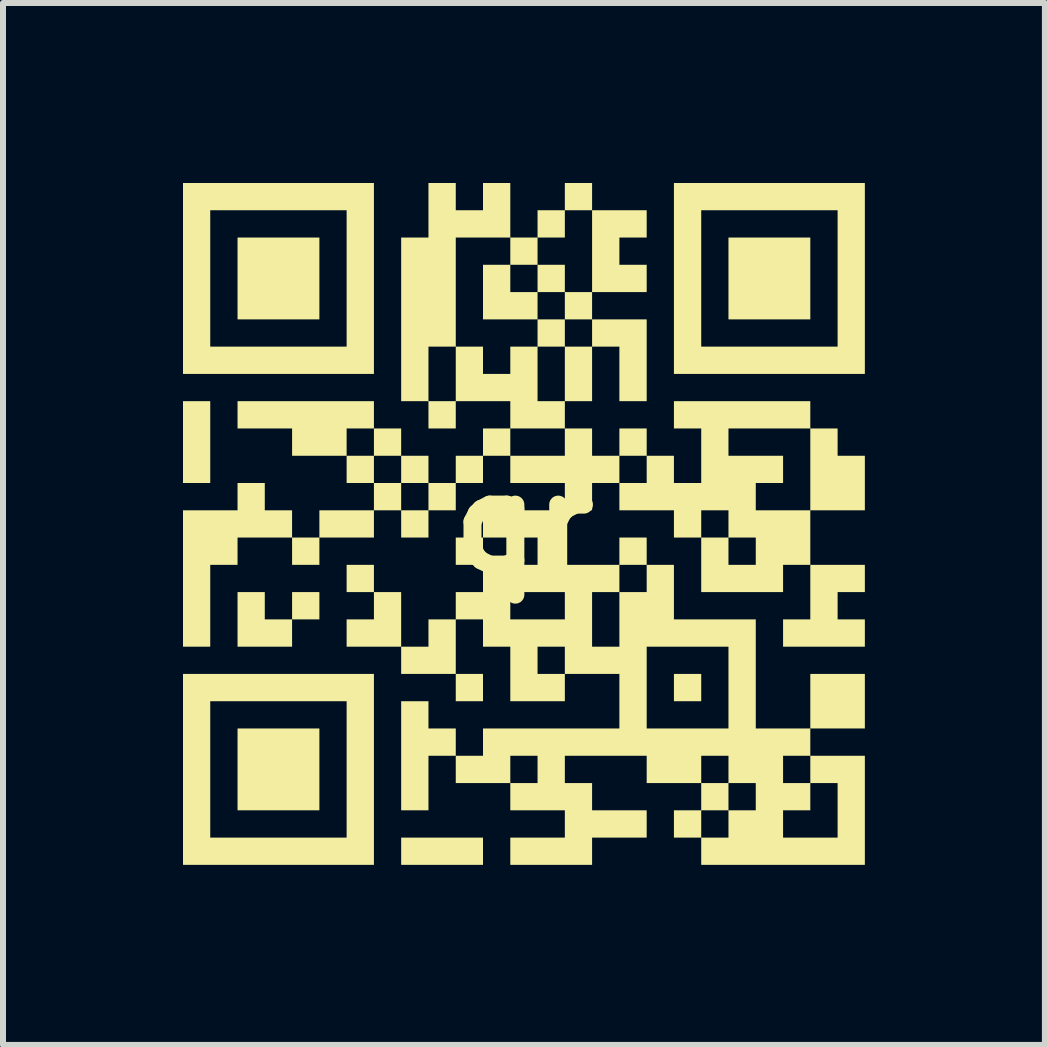
<source format=kicad_pcb>
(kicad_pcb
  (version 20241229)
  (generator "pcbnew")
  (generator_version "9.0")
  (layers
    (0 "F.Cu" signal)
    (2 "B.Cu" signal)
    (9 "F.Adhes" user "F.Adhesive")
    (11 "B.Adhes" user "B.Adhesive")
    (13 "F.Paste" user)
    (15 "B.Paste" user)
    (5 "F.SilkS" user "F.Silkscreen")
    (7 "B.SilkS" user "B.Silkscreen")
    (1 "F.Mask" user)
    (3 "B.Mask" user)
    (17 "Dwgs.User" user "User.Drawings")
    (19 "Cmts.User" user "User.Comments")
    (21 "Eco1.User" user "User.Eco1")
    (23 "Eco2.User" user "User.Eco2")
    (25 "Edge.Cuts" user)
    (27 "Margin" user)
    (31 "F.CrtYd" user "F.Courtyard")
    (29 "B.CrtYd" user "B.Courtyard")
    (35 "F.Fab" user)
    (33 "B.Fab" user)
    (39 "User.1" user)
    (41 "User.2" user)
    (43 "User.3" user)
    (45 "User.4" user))
  (footprint "qr"
    (layer "F.Cu")
    (at 5.682 5.682)
    (property "Reference" "qr" (at 0 0 0) (layer "F.SilkS") (effects (font (size 1.5 1.5) (thickness 0.3))))
    (attr board_only exclude_from_pos_files exclude_from_bom)
    (fp_poly (pts (xy -5.228 -1.364) (xy -5.228 -0.682) (xy -5.455 -0.682) (xy -5.682 -0.682) (xy -5.682 -1.364) (xy -5.682 -2.046) (xy -5.455 -2.046) (xy -5.228 -2.046)) (stroke (width 0) (type solid)) (fill yes) (layer "F.SilkS"))
    (fp_poly (pts (xy -3.409 -4.091) (xy -3.409 -3.409) (xy -4.091 -3.409) (xy -4.773 -3.409) (xy -4.773 -4.091) (xy -4.773 -4.773) (xy -4.091 -4.773) (xy -3.409 -4.773)) (stroke (width 0) (type solid)) (fill yes) (layer "F.SilkS"))
    (fp_poly (pts (xy -3.409 4.091) (xy -3.409 4.773) (xy -4.091 4.773) (xy -4.773 4.773) (xy -4.773 4.091) (xy -4.773 3.409) (xy -4.091 3.409) (xy -3.409 3.409)) (stroke (width 0) (type solid)) (fill yes) (layer "F.SilkS"))
    (fp_poly (pts (xy -2.5 0.909) (xy -2.5 1.136) (xy -2.728 1.136) (xy -2.955 1.136) (xy -2.955 0.909) (xy -2.955 0.682) (xy -2.728 0.682) (xy -2.5 0.682)) (stroke (width 0) (type solid)) (fill yes) (layer "F.SilkS"))
    (fp_poly (pts (xy -0.682 2.728) (xy -0.682 2.955) (xy -0.909 2.955) (xy -1.136 2.955) (xy -1.136 2.728) (xy -1.136 2.5) (xy -0.909 2.5) (xy -0.682 2.5)) (stroke (width 0) (type solid)) (fill yes) (layer "F.SilkS"))
    (fp_poly (pts (xy -0.682 5.455) (xy -0.682 5.682) (xy -1.364 5.682) (xy -2.046 5.682) (xy -2.046 5.455) (xy -2.046 5.228) (xy -1.364 5.228) (xy -0.682 5.228)) (stroke (width 0) (type solid)) (fill yes) (layer "F.SilkS"))
    (fp_poly (pts (xy 0.682 -3.182) (xy 0.682 -2.955) (xy 0.455 -2.955) (xy 0.227 -2.955) (xy 0.227 -3.182) (xy 0.227 -3.409) (xy 0.455 -3.409) (xy 0.682 -3.409)) (stroke (width 0) (type solid)) (fill yes) (layer "F.SilkS"))
    (fp_poly (pts (xy 2.955 2.728) (xy 2.955 2.955) (xy 2.728 2.955) (xy 2.5 2.955) (xy 2.5 2.728) (xy 2.5 2.5) (xy 2.728 2.5) (xy 2.955 2.5)) (stroke (width 0) (type solid)) (fill yes) (layer "F.SilkS"))
    (fp_poly (pts (xy 4.773 -4.091) (xy 4.773 -3.409) (xy 4.091 -3.409) (xy 3.409 -3.409) (xy 3.409 -4.091) (xy 3.409 -4.773) (xy 4.091 -4.773) (xy 4.773 -4.773)) (stroke (width 0) (type solid)) (fill yes) (layer "F.SilkS"))
    (fp_poly (pts (xy -2.5 -4.091) (xy -2.5 -2.5) (xy -4.091 -2.5) (xy -5.682 -2.5) (xy -5.682 -4.091) (xy -5.228 -4.091) (xy -5.228 -2.955) (xy -4.091 -2.955) (xy -2.955 -2.955) (xy -2.955 -4.091) (xy -2.955 -5.228) (xy -4.091 -5.228) (xy -5.228 -5.228) (xy -5.228 -4.091) (xy -5.682 -4.091) (xy -5.682 -5.682) (xy -4.091 -5.682) (xy -2.5 -5.682)) (stroke (width 0) (type solid)) (fill yes) (layer "F.SilkS"))
    (fp_poly (pts (xy -2.5 4.091) (xy -2.5 5.682) (xy -4.091 5.682) (xy -5.682 5.682) (xy -5.682 4.091) (xy -5.228 4.091) (xy -5.228 5.228) (xy -4.091 5.228) (xy -2.955 5.228) (xy -2.955 4.091) (xy -2.955 2.955) (xy -4.091 2.955) (xy -5.228 2.955) (xy -5.228 4.091) (xy -5.682 4.091) (xy -5.682 2.5) (xy -4.091 2.5) (xy -2.5 2.5)) (stroke (width 0) (type solid)) (fill yes) (layer "F.SilkS"))
    (fp_poly (pts (xy 5.682 -4.091) (xy 5.682 -2.5) (xy 4.091 -2.5) (xy 2.5 -2.5) (xy 2.5 -4.091) (xy 2.955 -4.091) (xy 2.955 -2.955) (xy 4.091 -2.955) (xy 5.228 -2.955) (xy 5.228 -4.091) (xy 5.228 -5.228) (xy 4.091 -5.228) (xy 2.955 -5.228) (xy 2.955 -4.091) (xy 2.5 -4.091) (xy 2.5 -5.682) (xy 4.091 -5.682) (xy 5.682 -5.682)) (stroke (width 0) (type solid)) (fill yes) (layer "F.SilkS"))
    (fp_poly (pts (xy -4.319 1.364) (xy -4.319 1.591) (xy -4.091 1.591) (xy -3.864 1.591) (xy -3.864 1.364) (xy -3.864 1.136) (xy -3.637 1.136) (xy -3.409 1.136) (xy -3.409 1.364) (xy -3.409 1.591) (xy -3.637 1.591) (xy -3.864 1.591) (xy -3.864 1.818) (xy -3.864 2.046) (xy -4.319 2.046) (xy -4.773 2.046) (xy -4.773 1.591) (xy -4.773 1.136) (xy -4.546 1.136) (xy -4.319 1.136)) (stroke (width 0) (type solid)) (fill yes) (layer "F.SilkS"))
    (fp_poly (pts (xy -0.227 -4.091) (xy -0.227 -3.864) (xy 0 -3.864) (xy 0.227 -3.864) (xy 0.227 -4.091) (xy 0.227 -4.319) (xy 0.455 -4.319) (xy 0.682 -4.319) (xy 0.682 -4.091) (xy 0.682 -3.864) (xy 0.455 -3.864) (xy 0.227 -3.864) (xy 0.227 -3.637) (xy 0.227 -3.409) (xy -0.227 -3.409) (xy -0.682 -3.409) (xy -0.682 -3.864) (xy -0.682 -4.319) (xy -0.455 -4.319) (xy -0.227 -4.319)) (stroke (width 0) (type solid)) (fill yes) (layer "F.SilkS"))
    (fp_poly (pts (xy 5.682 0.909) (xy 5.682 1.136) (xy 5.455 1.136) (xy 5.228 1.136) (xy 5.228 1.364) (xy 5.228 1.591) (xy 5.455 1.591) (xy 5.682 1.591) (xy 5.682 1.818) (xy 5.682 2.046) (xy 5 2.046) (xy 4.319 2.046) (xy 4.319 1.818) (xy 4.319 1.591) (xy 4.546 1.591) (xy 4.773 1.591) (xy 4.773 1.136) (xy 4.773 0.682) (xy 5.228 0.682) (xy 5.682 0.682)) (stroke (width 0) (type solid)) (fill yes) (layer "F.SilkS"))
    (fp_poly (pts (xy 2.046 -5) (xy 2.046 -4.773) (xy 1.818 -4.773) (xy 1.591 -4.773) (xy 1.591 -4.546) (xy 1.591 -4.319) (xy 1.818 -4.319) (xy 2.046 -4.319) (xy 2.046 -4.091) (xy 2.046 -3.864) (xy 1.591 -3.864) (xy 1.136 -3.864) (xy 1.136 -3.637) (xy 1.136 -3.409) (xy 0.909 -3.409) (xy 0.682 -3.409) (xy 0.682 -3.637) (xy 0.682 -3.864) (xy 0.909 -3.864) (xy 1.136 -3.864) (xy 1.136 -4.546) (xy 1.136 -5.228) (xy 1.591 -5.228) (xy 2.046 -5.228)) (stroke (width 0) (type solid)) (fill yes) (layer "F.SilkS"))
    (fp_poly (pts (xy -1.136 -5.455) (xy -1.136 -5.228) (xy -0.909 -5.228) (xy -0.682 -5.228) (xy -0.682 -5.455) (xy -0.682 -5.682) (xy -0.455 -5.682) (xy -0.227 -5.682) (xy -0.227 -5.228) (xy -0.227 -4.773) (xy 0 -4.773) (xy 0.227 -4.773) (xy 0.227 -5) (xy 0.227 -5.228) (xy 0.455 -5.228) (xy 0.682 -5.228) (xy 0.682 -5.455) (xy 0.682 -5.682) (xy 0.909 -5.682) (xy 1.136 -5.682) (xy 1.136 -5.455) (xy 1.136 -5.228) (xy 0.909 -5.228) (xy 0.682 -5.228) (xy 0.682 -5) (xy 0.682 -4.773) (xy 0.455 -4.773) (xy 0.227 -4.773) (xy 0.227 -4.546) (xy 0.227 -4.319) (xy 0 -4.319) (xy -0.227 -4.319) (xy -0.227 -4.546) (xy -0.227 -4.773) (xy -0.682 -4.773) (xy -1.136 -4.773) (xy -1.136 -3.864) (xy -1.136 -2.955) (xy -1.364 -2.955) (xy -1.591 -2.955) (xy -1.591 -2.5) (xy -1.591 -2.046) (xy -1.364 -2.046) (xy -1.136 -2.046) (xy -1.136 -2.5) (xy -1.136 -2.955) (xy -0.909 -2.955) (xy -0.682 -2.955) (xy -0.682 -2.728) (xy -0.682 -2.5) (xy -0.455 -2.5) (xy -0.227 -2.5) (xy -0.227 -2.728) (xy -0.227 -2.955) (xy 0 -2.955) (xy 0.227 -2.955) (xy 0.227 -2.5) (xy 0.227 -2.046) (xy 0.455 -2.046) (xy 0.682 -2.046) (xy 0.682 -2.5) (xy 0.682 -2.955) (xy 0.909 -2.955) (xy 1.136 -2.955) (xy 1.136 -3.182) (xy 1.136 -3.409) (xy 1.591 -3.409) (xy 2.046 -3.409) (xy 2.046 -2.728) (xy 2.046 -2.046) (xy 1.818 -2.046) (xy 1.591 -2.046) (xy 1.591 -2.5) (xy 1.591 -2.955) (xy 1.364 -2.955) (xy 1.136 -2.955) (xy 1.136 -2.5) (xy 1.136 -2.046) (xy 0.909 -2.046) (xy 0.682 -2.046) (xy 0.682 -1.818) (xy 0.682 -1.591) (xy 0.227 -1.591) (xy -0.227 -1.591) (xy -0.227 -1.364) (xy -0.227 -1.136) (xy 0.227 -1.136) (xy 0.682 -1.136) (xy 0.682 -1.364) (xy 0.682 -1.591) (xy 0.909 -1.591) (xy 1.136 -1.591) (xy 1.136 -1.364) (xy 1.136 -1.136) (xy 1.364 -1.136) (xy 1.591 -1.136) (xy 1.591 -1.364) (xy 1.591 -1.591) (xy 1.818 -1.591) (xy 2.046 -1.591) (xy 2.046 -1.364) (xy 2.046 -1.136) (xy 1.818 -1.136) (xy 1.591 -1.136) (xy 1.591 -0.909) (xy 1.591 -0.682) (xy 1.818 -0.682) (xy 2.046 -0.682) (xy 2.046 -0.909) (xy 2.046 -1.136) (xy 2.273 -1.136) (xy 2.5 -1.136) (xy 2.5 -0.909) (xy 2.5 -0.682) (xy 2.728 -0.682) (xy 2.955 -0.682) (xy 2.955 -1.136) (xy 2.955 -1.591) (xy 2.728 -1.591) (xy 2.5 -1.591) (xy 2.5 -1.818) (xy 2.5 -2.046) (xy 3.637 -2.046) (xy 4.773 -2.046) (xy 4.773 -1.818) (xy 4.773 -1.591) (xy 4.091 -1.591) (xy 3.409 -1.591) (xy 3.409 -1.364) (xy 3.409 -1.136) (xy 3.864 -1.136) (xy 4.319 -1.136) (xy 4.319 -0.909) (xy 4.319 -0.682) (xy 4.091 -0.682) (xy 3.864 -0.682) (xy 3.864 -0.455) (xy 3.864 -0.227) (xy 4.319 -0.227) (xy 4.773 -0.227) (xy 4.773 -0.909) (xy 4.773 -1.591) (xy 5 -1.591) (xy 5.228 -1.591) (xy 5.228 -1.364) (xy 5.228 -1.136) (xy 5.455 -1.136) (xy 5.682 -1.136) (xy 5.682 -0.682) (xy 5.682 -0.227) (xy 5.228 -0.227) (xy 4.773 -0.227) (xy 4.773 0.227) (xy 4.773 0.682) (xy 4.546 0.682) (xy 4.319 0.682) (xy 4.319 0.909) (xy 4.319 1.136) (xy 3.637 1.136) (xy 2.955 1.136) (xy 2.955 0.682) (xy 2.955 0.455) (xy 3.409 0.455) (xy 3.409 0.682) (xy 3.637 0.682) (xy 3.864 0.682) (xy 3.864 0.455) (xy 3.864 0.227) (xy 3.637 0.227) (xy 3.409 0.227) (xy 3.409 0.455) (xy 2.955 0.455) (xy 2.955 0.227) (xy 2.728 0.227) (xy 2.5 0.227) (xy 2.5 0) (xy 2.955 0) (xy 2.955 0.227) (xy 3.182 0.227) (xy 3.409 0.227) (xy 3.409 0) (xy 3.409 -0.227) (xy 3.182 -0.227) (xy 2.955 -0.227) (xy 2.955 0) (xy 2.5 0) (xy 2.5 -0.227) (xy 2.046 -0.227) (xy 1.591 -0.227) (xy 1.591 -0.455) (xy 1.591 -0.682) (xy 1.364 -0.682) (xy 1.136 -0.682) (xy 1.136 -0.455) (xy 1.136 -0.227) (xy 0.909 -0.227) (xy 0.682 -0.227) (xy 0.682 0.227) (xy 0.682 0.682) (xy 1.136 0.682) (xy 1.591 0.682) (xy 1.591 0.455) (xy 1.591 0.227) (xy 1.818 0.227) (xy 2.046 0.227) (xy 2.046 0.455) (xy 2.046 0.682) (xy 1.818 0.682) (xy 1.591 0.682) (xy 1.591 0.909) (xy 1.591 1.136) (xy 1.364 1.136) (xy 1.136 1.136) (xy 1.136 1.591) (xy 1.136 2.046) (xy 1.364 2.046) (xy 1.591 2.046) (xy 1.591 1.591) (xy 1.591 1.136) (xy 1.818 1.136) (xy 2.046 1.136) (xy 2.046 0.909) (xy 2.046 0.682) (xy 2.273 0.682) (xy 2.5 0.682) (xy 2.5 1.136) (xy 2.5 1.591) (xy 3.182 1.591) (xy 3.864 1.591) (xy 3.864 2.5) (xy 3.864 3.409) (xy 4.319 3.409) (xy 4.773 3.409) (xy 4.773 2.955) (xy 4.773 2.5) (xy 5.228 2.5) (xy 5.682 2.5) (xy 5.682 2.955) (xy 5.682 3.409) (xy 5.228 3.409) (xy 4.773 3.409) (xy 4.773 3.637) (xy 4.773 3.864) (xy 4.546 3.864) (xy 4.319 3.864) (xy 4.319 4.091) (xy 4.319 4.319) (xy 4.546 4.319) (xy 4.773 4.319) (xy 4.773 4.091) (xy 4.773 3.864) (xy 5.228 3.864) (xy 5.682 3.864) (xy 5.682 4.773) (xy 5.682 5.682) (xy 4.319 5.682) (xy 2.955 5.682) (xy 2.955 5.455) (xy 2.955 5.228) (xy 2.728 5.228) (xy 2.5 5.228) (xy 2.5 5) (xy 2.5 4.773) (xy 2.728 4.773) (xy 2.955 4.773) (xy 2.955 5) (xy 2.955 5.228) (xy 3.182 5.228) (xy 3.409 5.228) (xy 3.409 5) (xy 3.409 4.773) (xy 3.637 4.773) (xy 3.864 4.773) (xy 4.319 4.773) (xy 4.319 5) (xy 4.319 5.228) (xy 4.773 5.228) (xy 5.228 5.228) (xy 5.228 4.773) (xy 5.228 4.319) (xy 5 4.319) (xy 4.773 4.319) (xy 4.773 4.546) (xy 4.773 4.773) (xy 4.546 4.773) (xy 4.319 4.773) (xy 3.864 4.773) (xy 3.864 4.546) (xy 3.864 4.319) (xy 3.637 4.319) (xy 3.409 4.319) (xy 3.409 4.546) (xy 3.409 4.773) (xy 3.182 4.773) (xy 2.955 4.773) (xy 2.955 4.546) (xy 2.955 4.319) (xy 2.5 4.319) (xy 2.046 4.319) (xy 2.046 4.091) (xy 2.955 4.091) (xy 2.955 4.319) (xy 3.182 4.319) (xy 3.409 4.319) (xy 3.409 4.091) (xy 3.409 3.864) (xy 3.182 3.864) (xy 2.955 3.864) (xy 2.955 4.091) (xy 2.046 4.091) (xy 2.046 3.864) (xy 1.364 3.864) (xy 0.682 3.864) (xy 0.682 4.091) (xy 0.682 4.319) (xy 0.909 4.319) (xy 1.136 4.319) (xy 1.136 4.546) (xy 1.136 4.773) (xy 1.591 4.773) (xy 2.046 4.773) (xy 2.046 5) (xy 2.046 5.228) (xy 1.591 5.228) (xy 1.136 5.228) (xy 1.136 5.455) (xy 1.136 5.682) (xy 0.455 5.682) (xy -0.227 5.682) (xy -0.227 5.455) (xy -0.227 5.228) (xy 0.227 5.228) (xy 0.682 5.228) (xy 0.682 5) (xy 0.682 4.773) (xy 0.227 4.773) (xy -0.227 4.773) (xy -0.227 4.546) (xy -0.227 4.319) (xy -0.682 4.319) (xy -1.136 4.319) (xy -1.136 4.091) (xy -0.227 4.091) (xy -0.227 4.319) (xy 0 4.319) (xy 0.227 4.319) (xy 0.227 4.091) (xy 0.227 3.864) (xy 0 3.864) (xy -0.227 3.864) (xy -0.227 4.091) (xy -1.136 4.091) (xy -1.136 3.864) (xy -1.364 3.864) (xy -1.591 3.864) (xy -1.591 4.319) (xy -1.591 4.773) (xy -1.818 4.773) (xy -2.046 4.773) (xy -2.046 3.864) (xy -2.046 2.955) (xy -1.818 2.955) (xy -1.591 2.955) (xy -1.591 3.182) (xy -1.591 3.409) (xy -1.364 3.409) (xy -1.136 3.409) (xy -1.136 3.637) (xy -1.136 3.864) (xy -0.909 3.864) (xy -0.682 3.864) (xy -0.682 3.637) (xy -0.682 3.409) (xy 0.455 3.409) (xy 1.591 3.409) (xy 1.591 2.955) (xy 1.591 2.728) (xy 2.046 2.728) (xy 2.046 3.409) (xy 2.728 3.409) (xy 3.409 3.409) (xy 3.409 2.728) (xy 3.409 2.046) (xy 2.728 2.046) (xy 2.046 2.046) (xy 2.046 2.728) (xy 1.591 2.728) (xy 1.591 2.5) (xy 1.136 2.5) (xy 0.682 2.5) (xy 0.682 2.728) (xy 0.682 2.955) (xy 0.227 2.955) (xy -0.227 2.955) (xy -0.227 2.5) (xy -0.227 2.273) (xy 0.227 2.273) (xy 0.227 2.5) (xy 0.455 2.5) (xy 0.682 2.5) (xy 0.682 2.273) (xy 0.682 2.046) (xy 0.455 2.046) (xy 0.227 2.046) (xy 0.227 2.273) (xy -0.227 2.273) (xy -0.227 2.046) (xy -0.455 2.046) (xy -0.682 2.046) (xy -0.682 1.818) (xy -0.682 1.591) (xy -0.909 1.591) (xy -1.136 1.591) (xy -1.136 2.046) (xy -1.136 2.5) (xy -1.591 2.5) (xy -2.046 2.5) (xy -2.046 2.273) (xy -2.046 2.046) (xy -2.5 2.046) (xy -2.955 2.046) (xy -2.955 1.818) (xy -2.955 1.591) (xy -2.728 1.591) (xy -2.5 1.591) (xy -2.5 1.364) (xy -2.5 1.136) (xy -2.273 1.136) (xy -2.046 1.136) (xy -2.046 1.591) (xy -2.046 2.046) (xy -1.818 2.046) (xy -1.591 2.046) (xy -1.591 1.818) (xy -1.591 1.591) (xy -1.364 1.591) (xy -1.136 1.591) (xy -1.136 1.364) (xy -0.227 1.364) (xy -0.227 1.591) (xy 0.227 1.591) (xy 0.682 1.591) (xy 0.682 1.364) (xy 0.682 1.136) (xy 0.227 1.136) (xy -0.227 1.136) (xy -0.227 1.364) (xy -1.136 1.364) (xy -1.136 1.136) (xy -0.909 1.136) (xy -0.682 1.136) (xy -0.682 0.909) (xy -0.682 0.682) (xy -0.909 0.682) (xy -1.136 0.682) (xy -1.136 0.455) (xy -0.682 0.455) (xy -0.682 0.682) (xy -0.227 0.682) (xy 0.227 0.682) (xy 0.227 0.455) (xy 0.227 0.227) (xy -0.227 0.227) (xy -0.682 0.227) (xy -0.682 0.455) (xy -1.136 0.455) (xy -1.136 0.227) (xy -0.909 0.227) (xy -0.682 0.227) (xy -0.682 0) (xy -0.682 -0.227) (xy 0 -0.227) (xy 0.682 -0.227) (xy 0.682 -0.455) (xy 0.682 -0.682) (xy 0.227 -0.682) (xy -0.227 -0.682) (xy -0.227 -0.909) (xy -0.227 -1.136) (xy -0.455 -1.136) (xy -0.682 -1.136) (xy -0.682 -0.909) (xy -0.682 -0.682) (xy -0.909 -0.682) (xy -1.136 -0.682) (xy -1.136 -0.455) (xy -1.136 -0.227) (xy -1.364 -0.227) (xy -1.591 -0.227) (xy -1.591 0) (xy -1.591 0.227) (xy -1.818 0.227) (xy -2.046 0.227) (xy -2.046 0) (xy -2.046 -0.227) (xy -2.273 -0.227) (xy -2.5 -0.227) (xy -2.5 0) (xy -2.5 0.227) (xy -2.955 0.227) (xy -3.409 0.227) (xy -3.409 0.455) (xy -3.409 0.682) (xy -3.637 0.682) (xy -3.864 0.682) (xy -3.864 0.455) (xy -3.864 0.227) (xy -4.319 0.227) (xy -4.773 0.227) (xy -4.773 0.455) (xy -4.773 0.682) (xy -5 0.682) (xy -5.228 0.682) (xy -5.228 1.364) (xy -5.228 2.046) (xy -5.455 2.046) (xy -5.682 2.046) (xy -5.682 0.909) (xy -5.682 -0.227) (xy -5.228 -0.227) (xy -4.773 -0.227) (xy -4.773 -0.455) (xy -4.773 -0.682) (xy -4.546 -0.682) (xy -4.319 -0.682) (xy -4.319 -0.455) (xy -4.319 -0.227) (xy -4.091 -0.227) (xy -3.864 -0.227) (xy -3.864 0) (xy -3.864 0.227) (xy -3.637 0.227) (xy -3.409 0.227) (xy -3.409 0) (xy -3.409 -0.227) (xy -2.955 -0.227) (xy -2.5 -0.227) (xy -2.5 -0.455) (xy -2.046 -0.455) (xy -2.046 -0.227) (xy -1.818 -0.227) (xy -1.591 -0.227) (xy -1.591 -0.455) (xy -1.591 -0.682) (xy -1.818 -0.682) (xy -2.046 -0.682) (xy -2.046 -0.455) (xy -2.5 -0.455) (xy -2.5 -0.682) (xy -2.728 -0.682) (xy -2.955 -0.682) (xy -2.955 -0.909) (xy -2.955 -1.136) (xy -3.409 -1.136) (xy -3.864 -1.136) (xy -3.864 -1.364) (xy -3.864 -1.591) (xy -4.319 -1.591) (xy -4.773 -1.591) (xy -4.773 -1.818) (xy -4.773 -2.046) (xy -3.637 -2.046) (xy -2.5 -2.046) (xy -2.5 -1.818) (xy -2.5 -1.591) (xy -2.728 -1.591) (xy -2.955 -1.591) (xy -2.955 -1.364) (xy -2.955 -1.136) (xy -2.728 -1.136) (xy -2.5 -1.136) (xy -2.5 -1.364) (xy -2.5 -1.591) (xy -2.273 -1.591) (xy -2.046 -1.591) (xy -2.046 -1.364) (xy -2.046 -1.136) (xy -2.273 -1.136) (xy -2.5 -1.136) (xy -2.5 -0.909) (xy -2.5 -0.682) (xy -2.273 -0.682) (xy -2.046 -0.682) (xy -2.046 -0.909) (xy -2.046 -1.136) (xy -1.818 -1.136) (xy -1.591 -1.136) (xy -1.591 -0.909) (xy -1.591 -0.682) (xy -1.364 -0.682) (xy -1.136 -0.682) (xy -1.136 -0.909) (xy -1.136 -1.136) (xy -0.909 -1.136) (xy -0.682 -1.136) (xy -0.682 -1.364) (xy -0.682 -1.591) (xy -0.455 -1.591) (xy -0.227 -1.591) (xy -0.227 -1.818) (xy -0.227 -2.046) (xy -0.682 -2.046) (xy -1.136 -2.046) (xy -1.136 -1.818) (xy -1.136 -1.591) (xy -1.364 -1.591) (xy -1.591 -1.591) (xy -1.591 -1.818) (xy -1.591 -2.046) (xy -1.818 -2.046) (xy -2.046 -2.046) (xy -2.046 -3.409) (xy -2.046 -4.773) (xy -1.818 -4.773) (xy -1.591 -4.773) (xy -1.591 -5.228) (xy -1.591 -5.682) (xy -1.364 -5.682) (xy -1.136 -5.682)) (stroke (width 0) (type solid)) (fill yes) (layer "F.SilkS")))
  (gr_rect
    (start -3 -3)
    (end 14.365 14.365)
    (stroke (width 0.1) (type default))
    (fill no)
    (layer "Edge.Cuts")))
</source>
